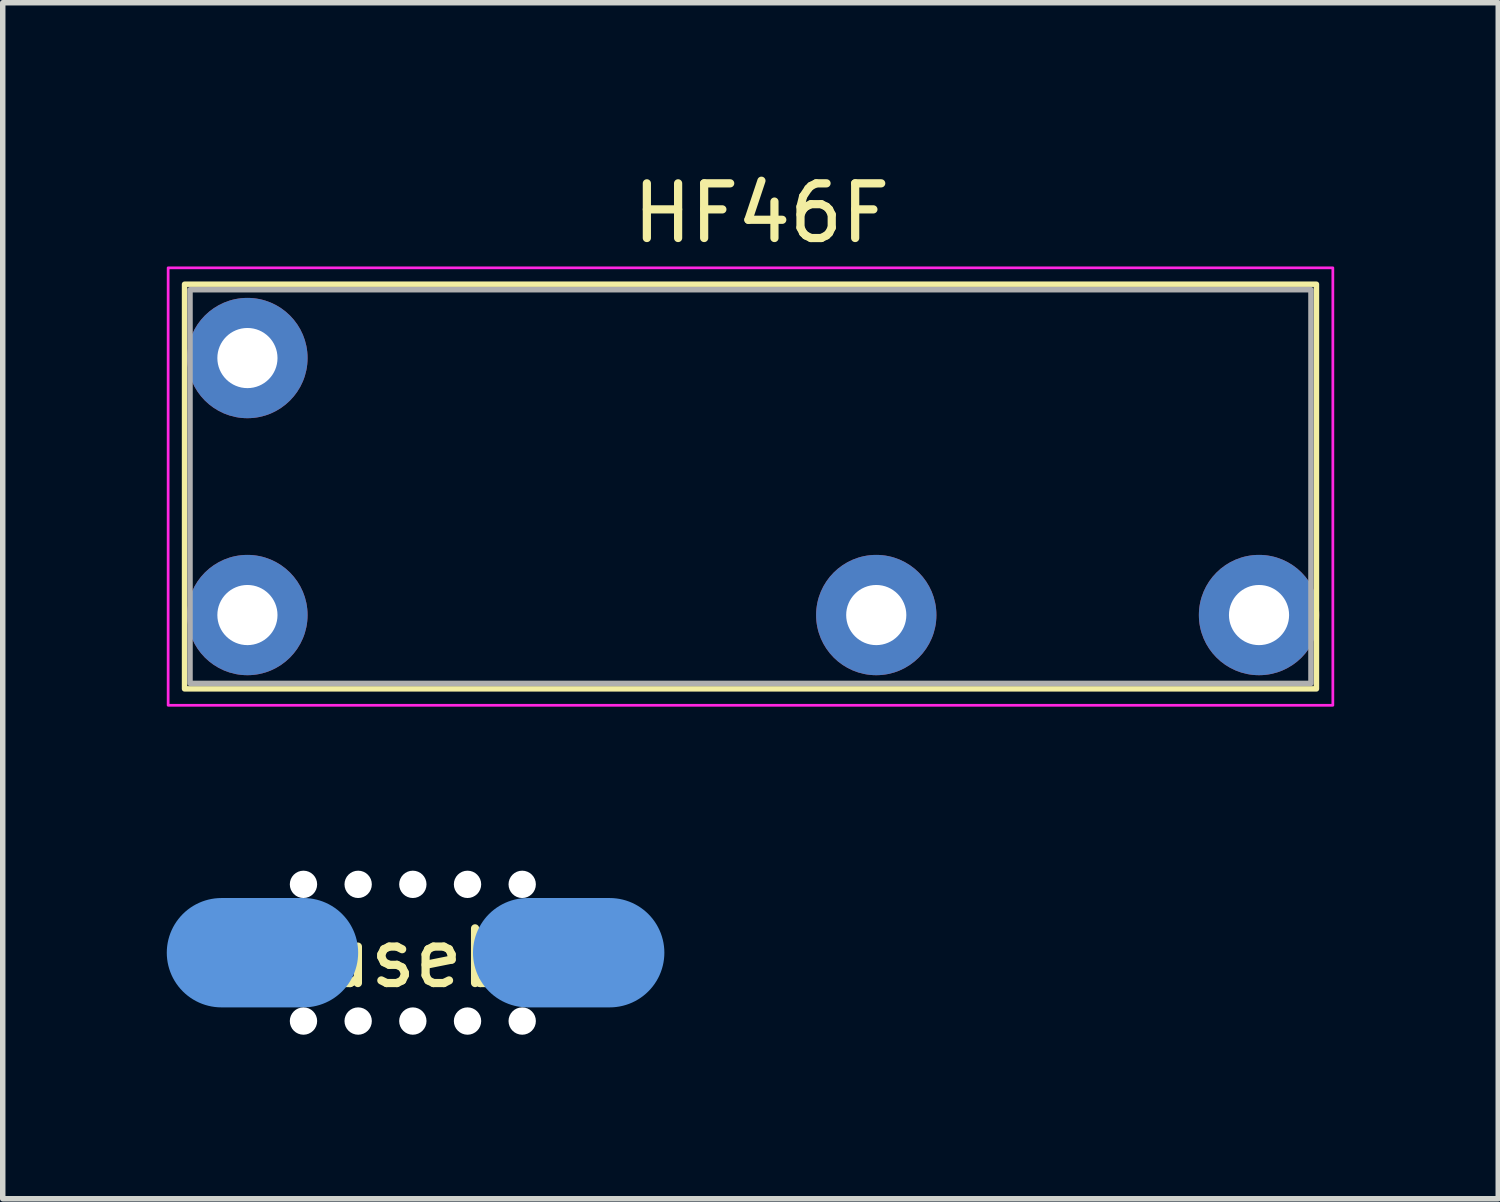
<source format=kicad_pcb>
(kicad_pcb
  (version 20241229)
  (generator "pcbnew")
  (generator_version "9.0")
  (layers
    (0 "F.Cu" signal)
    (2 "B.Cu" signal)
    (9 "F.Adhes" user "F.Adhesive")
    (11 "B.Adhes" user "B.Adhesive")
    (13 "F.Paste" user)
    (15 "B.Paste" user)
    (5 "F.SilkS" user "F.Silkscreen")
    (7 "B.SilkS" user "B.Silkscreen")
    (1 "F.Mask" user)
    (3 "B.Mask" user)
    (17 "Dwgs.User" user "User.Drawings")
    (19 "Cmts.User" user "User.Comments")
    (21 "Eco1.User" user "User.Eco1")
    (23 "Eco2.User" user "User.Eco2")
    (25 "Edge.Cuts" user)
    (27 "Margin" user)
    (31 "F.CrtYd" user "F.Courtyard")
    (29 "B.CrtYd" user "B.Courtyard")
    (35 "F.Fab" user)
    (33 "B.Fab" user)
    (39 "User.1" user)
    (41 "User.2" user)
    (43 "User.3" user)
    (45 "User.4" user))
  (footprint "HF46F"
    (layer "F.Cu")
    (at 10.675 5.848)
    (property "Reference" "HF46F" (at 0.2 -5 0) (unlocked yes) (layer "F.SilkS") (effects (font (size 1 1) (thickness 0.15))))
    (attr through_hole)
    (fp_rect (start -10.35 -3.7) (end 10.35 3.7) (stroke (width 0.1) (type solid)) (fill no) (layer "F.SilkS"))
    (fp_rect (start -10.65 -4) (end 10.65 4) (stroke (width 0.05) (type solid)) (fill no) (layer "F.CrtYd"))
    (fp_rect (start -10.25 -3.6) (end 10.25 3.6) (stroke (width 0.1) (type solid)) (fill no) (layer "F.Fab"))
    (pad "1" thru_hole circle (at -9.2 2.35) (size 2.2 2.2) (drill 1.1) (layers "*.Cu" "*.Mask"))
    (pad "4" thru_hole circle (at 2.3 2.35) (size 2.2 2.2) (drill 1.1) (layers "*.Cu" "*.Mask"))
    (pad "6" thru_hole circle (at 9.3 2.35) (size 2.2 2.2) (drill 1.1) (layers "*.Cu" "*.Mask"))
    (pad "12" thru_hole circle (at -9.2 -2.35) (size 2.2 2.2) (drill 1.1) (layers "*.Cu" "*.Mask")))
  (footprint "Mousebites"
    (layer "F.Cu")
    (at 4.5 14.373)
    (property "Reference" "Mousebites" (at 0.4 0.1 0) (layer "F.SilkS") (effects (font (size 1 1) (thickness 0.15))))
    (attr exclude_from_pos_files exclude_from_bom)
    (fp_line (start -3.5 0) (end -2 0) (stroke (width 2) (type solid)) (layer "Cmts.User"))
    (fp_line (start 2.1 0) (end 3.6 0) (stroke (width 2) (type solid)) (layer "Cmts.User"))
    (pad "" np_thru_hole circle (at -2 -1.25) (size 0.5 0.5) (drill 0.5) (layers "*.Cu" "*.Mask"))
    (pad "" np_thru_hole circle (at -2 1.25) (size 0.5 0.5) (drill 0.5) (layers "*.Cu" "*.Mask"))
    (pad "" np_thru_hole circle (at -1 -1.25) (size 0.5 0.5) (drill 0.5) (layers "*.Cu" "*.Mask"))
    (pad "" np_thru_hole circle (at -1 1.25) (size 0.5 0.5) (drill 0.5) (layers "*.Cu" "*.Mask"))
    (pad "" np_thru_hole circle (at 0 -1.25) (size 0.5 0.5) (drill 0.5) (layers "*.Cu" "*.Mask"))
    (pad "" np_thru_hole circle (at 0 1.25) (size 0.5 0.5) (drill 0.5) (layers "*.Cu" "*.Mask"))
    (pad "" np_thru_hole circle (at 1 -1.25) (size 0.5 0.5) (drill 0.5) (layers "*.Cu" "*.Mask"))
    (pad "" np_thru_hole circle (at 1 1.25) (size 0.5 0.5) (drill 0.5) (layers "*.Cu" "*.Mask"))
    (pad "" np_thru_hole circle (at 2 -1.25) (size 0.5 0.5) (drill 0.5) (layers "*.Cu" "*.Mask"))
    (pad "" np_thru_hole circle (at 2 1.25) (size 0.5 0.5) (drill 0.5) (layers "*.Cu" "*.Mask")))
  (gr_rect
    (start -3 -3)
    (end 24.35 18.873)
    (stroke (width 0.1) (type default))
    (fill no)
    (layer "Edge.Cuts")))
</source>
